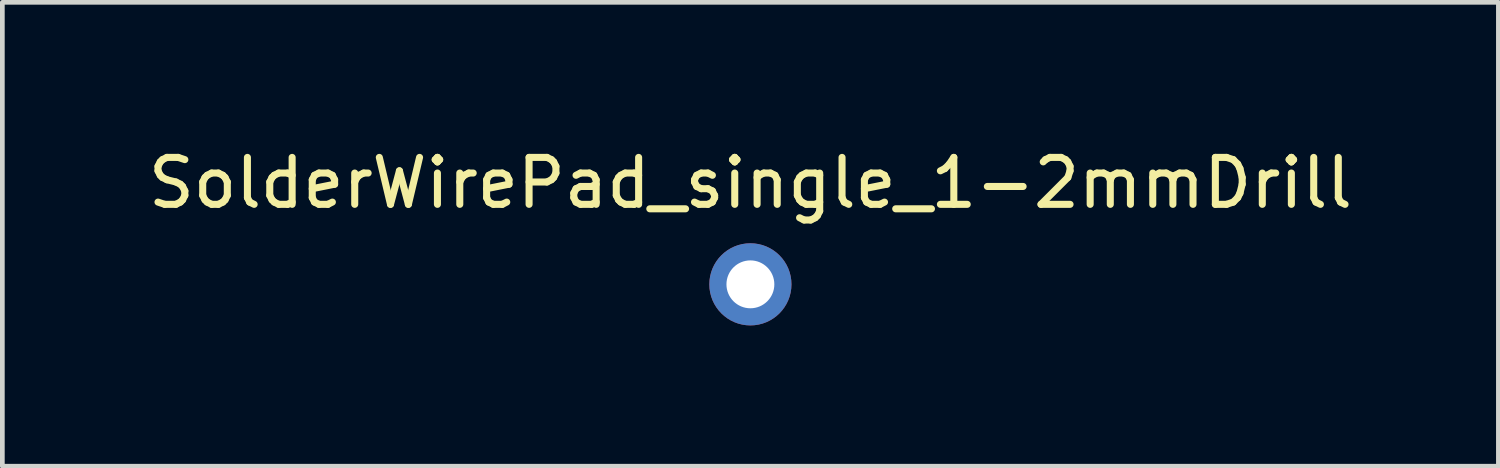
<source format=kicad_pcb>
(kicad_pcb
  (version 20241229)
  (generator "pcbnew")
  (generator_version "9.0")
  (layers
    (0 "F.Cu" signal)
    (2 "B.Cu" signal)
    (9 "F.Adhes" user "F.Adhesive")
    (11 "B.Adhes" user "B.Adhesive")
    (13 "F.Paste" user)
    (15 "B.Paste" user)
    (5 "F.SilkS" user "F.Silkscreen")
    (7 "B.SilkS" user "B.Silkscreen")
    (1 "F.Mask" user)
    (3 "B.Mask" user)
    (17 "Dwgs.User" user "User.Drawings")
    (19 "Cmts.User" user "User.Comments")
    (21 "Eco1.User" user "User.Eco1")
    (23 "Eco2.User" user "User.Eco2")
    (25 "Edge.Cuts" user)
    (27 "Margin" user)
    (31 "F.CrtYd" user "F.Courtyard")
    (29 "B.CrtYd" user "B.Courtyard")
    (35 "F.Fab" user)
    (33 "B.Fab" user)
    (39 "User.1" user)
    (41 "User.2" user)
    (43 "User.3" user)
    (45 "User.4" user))
  (footprint "SolderWirePad_single_1-2mmDrill"
    (layer "F.Cu")
    (at 12.935 3.007)
    (property "Reference" "SolderWirePad_single_1-2mmDrill" (at 0 -2.159 0) (layer "F.SilkS") (effects (font (size 1 1) (thickness 0.15))))
    (attr through_hole)
    (pad "1" thru_hole circle (at 0 0) (size 1.75 1.75) (drill 1.02) (layers "B.Cu" "B.Mask")))
  (gr_rect
    (start -3 -3)
    (end 28.869 6.882)
    (stroke (width 0.1) (type default))
    (fill no)
    (layer "Edge.Cuts")))
</source>
